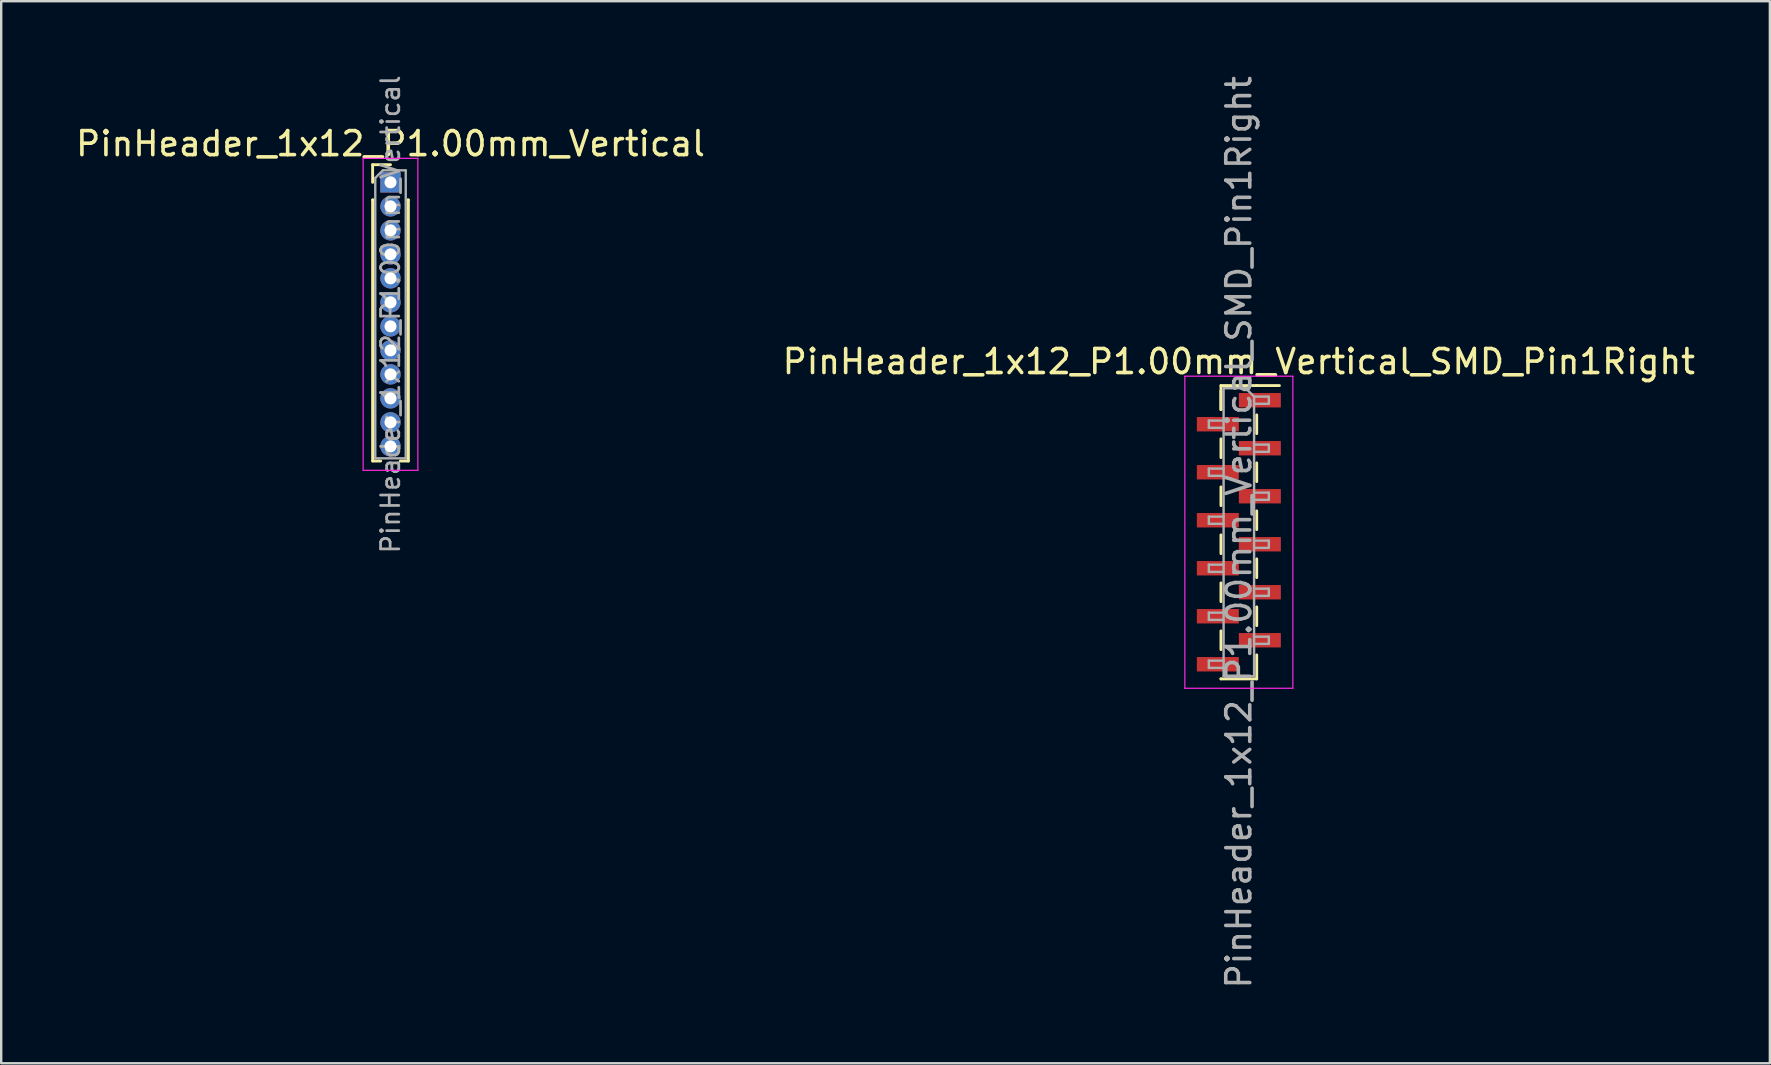
<source format=kicad_pcb>
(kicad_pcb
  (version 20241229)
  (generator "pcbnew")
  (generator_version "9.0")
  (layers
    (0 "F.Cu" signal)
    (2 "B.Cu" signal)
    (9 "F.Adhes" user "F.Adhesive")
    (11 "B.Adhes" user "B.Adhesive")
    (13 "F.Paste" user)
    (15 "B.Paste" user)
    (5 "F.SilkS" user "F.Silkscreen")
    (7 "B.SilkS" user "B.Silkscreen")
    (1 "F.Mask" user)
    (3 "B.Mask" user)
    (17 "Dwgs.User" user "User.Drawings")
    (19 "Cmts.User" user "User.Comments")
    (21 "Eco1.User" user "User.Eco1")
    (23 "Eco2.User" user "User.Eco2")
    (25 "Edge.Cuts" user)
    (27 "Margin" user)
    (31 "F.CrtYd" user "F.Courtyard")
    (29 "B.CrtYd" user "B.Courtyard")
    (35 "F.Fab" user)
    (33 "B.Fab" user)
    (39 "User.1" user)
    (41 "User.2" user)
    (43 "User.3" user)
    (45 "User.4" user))
  (footprint "PinHeader_1x12_P1.00mm_Vertical_SMD_Pin1Right"
    (layer "F.Cu")
    (at 48.565 19.125)
    (property "Reference" "PinHeader_1x12_P1.00mm_Vertical_SMD_Pin1Right" (at 0 -7.11 0) (layer "F.SilkS") (effects (font (size 1 1) (thickness 0.15))))
    (attr smd)
    (fp_line (start -0.745 -6.11) (end -0.745 -5.11) (stroke (width 0.12) (type solid)) (layer "F.SilkS"))
    (fp_line (start -0.745 -6.11) (end 0.745 -6.11) (stroke (width 0.12) (type solid)) (layer "F.SilkS"))
    (fp_line (start -0.745 -5.89) (end -0.745 -5.11) (stroke (width 0.12) (type solid)) (layer "F.SilkS"))
    (fp_line (start -0.745 -3.89) (end -0.745 -3.11) (stroke (width 0.12) (type solid)) (layer "F.SilkS"))
    (fp_line (start -0.745 -1.89) (end -0.745 -1.11) (stroke (width 0.12) (type solid)) (layer "F.SilkS"))
    (fp_line (start -0.745 0.11) (end -0.745 0.89) (stroke (width 0.12) (type solid)) (layer "F.SilkS"))
    (fp_line (start -0.745 2.11) (end -0.745 2.89) (stroke (width 0.12) (type solid)) (layer "F.SilkS"))
    (fp_line (start -0.745 4.11) (end -0.745 4.89) (stroke (width 0.12) (type solid)) (layer "F.SilkS"))
    (fp_line (start -0.745 6.11) (end -0.745 6.11) (stroke (width 0.12) (type solid)) (layer "F.SilkS"))
    (fp_line (start -0.745 6.11) (end 0.745 6.11) (stroke (width 0.12) (type solid)) (layer "F.SilkS"))
    (fp_line (start 0.745 -6.11) (end 0.745 -6.11) (stroke (width 0.12) (type solid)) (layer "F.SilkS"))
    (fp_line (start 0.745 -6.11) (end 1.69 -6.11) (stroke (width 0.12) (type solid)) (layer "F.SilkS"))
    (fp_line (start 0.745 -4.89) (end 0.745 -4.11) (stroke (width 0.12) (type solid)) (layer "F.SilkS"))
    (fp_line (start 0.745 -2.89) (end 0.745 -2.11) (stroke (width 0.12) (type solid)) (layer "F.SilkS"))
    (fp_line (start 0.745 -0.89) (end 0.745 -0.11) (stroke (width 0.12) (type solid)) (layer "F.SilkS"))
    (fp_line (start 0.745 1.11) (end 0.745 1.89) (stroke (width 0.12) (type solid)) (layer "F.SilkS"))
    (fp_line (start 0.745 3.11) (end 0.745 3.89) (stroke (width 0.12) (type solid)) (layer "F.SilkS"))
    (fp_line (start 0.745 5.11) (end 0.745 6.11) (stroke (width 0.12) (type solid)) (layer "F.SilkS"))
    (fp_line (start -2.25 -6.5) (end -2.25 6.5) (stroke (width 0.05) (type solid)) (layer "F.CrtYd"))
    (fp_line (start -2.25 6.5) (end 2.25 6.5) (stroke (width 0.05) (type solid)) (layer "F.CrtYd"))
    (fp_line (start 2.25 -6.5) (end -2.25 -6.5) (stroke (width 0.05) (type solid)) (layer "F.CrtYd"))
    (fp_line (start 2.25 6.5) (end 2.25 -6.5) (stroke (width 0.05) (type solid)) (layer "F.CrtYd"))
    (fp_line (start -1.25 -4.65) (end -1.25 -4.35) (stroke (width 0.1) (type solid)) (layer "F.Fab"))
    (fp_line (start -1.25 -4.35) (end -0.635 -4.35) (stroke (width 0.1) (type solid)) (layer "F.Fab"))
    (fp_line (start -1.25 -2.65) (end -1.25 -2.35) (stroke (width 0.1) (type solid)) (layer "F.Fab"))
    (fp_line (start -1.25 -2.35) (end -0.635 -2.35) (stroke (width 0.1) (type solid)) (layer "F.Fab"))
    (fp_line (start -1.25 -0.65) (end -1.25 -0.35) (stroke (width 0.1) (type solid)) (layer "F.Fab"))
    (fp_line (start -1.25 -0.35) (end -0.635 -0.35) (stroke (width 0.1) (type solid)) (layer "F.Fab"))
    (fp_line (start -1.25 1.35) (end -1.25 1.65) (stroke (width 0.1) (type solid)) (layer "F.Fab"))
    (fp_line (start -1.25 1.65) (end -0.635 1.65) (stroke (width 0.1) (type solid)) (layer "F.Fab"))
    (fp_line (start -1.25 3.35) (end -1.25 3.65) (stroke (width 0.1) (type solid)) (layer "F.Fab"))
    (fp_line (start -1.25 3.65) (end -0.635 3.65) (stroke (width 0.1) (type solid)) (layer "F.Fab"))
    (fp_line (start -1.25 5.35) (end -1.25 5.65) (stroke (width 0.1) (type solid)) (layer "F.Fab"))
    (fp_line (start -1.25 5.65) (end -0.635 5.65) (stroke (width 0.1) (type solid)) (layer "F.Fab"))
    (fp_line (start -0.635 -6) (end -0.635 6) (stroke (width 0.1) (type solid)) (layer "F.Fab"))
    (fp_line (start -0.635 -6) (end 0.285 -6) (stroke (width 0.1) (type solid)) (layer "F.Fab"))
    (fp_line (start -0.635 -4.65) (end -1.25 -4.65) (stroke (width 0.1) (type solid)) (layer "F.Fab"))
    (fp_line (start -0.635 -2.65) (end -1.25 -2.65) (stroke (width 0.1) (type solid)) (layer "F.Fab"))
    (fp_line (start -0.635 -0.65) (end -1.25 -0.65) (stroke (width 0.1) (type solid)) (layer "F.Fab"))
    (fp_line (start -0.635 1.35) (end -1.25 1.35) (stroke (width 0.1) (type solid)) (layer "F.Fab"))
    (fp_line (start -0.635 3.35) (end -1.25 3.35) (stroke (width 0.1) (type solid)) (layer "F.Fab"))
    (fp_line (start -0.635 5.35) (end -1.25 5.35) (stroke (width 0.1) (type solid)) (layer "F.Fab"))
    (fp_line (start 0.635 -5.65) (end 0.285 -6) (stroke (width 0.1) (type solid)) (layer "F.Fab"))
    (fp_line (start 0.635 -5.65) (end 1.25 -5.65) (stroke (width 0.1) (type solid)) (layer "F.Fab"))
    (fp_line (start 0.635 -3.65) (end 1.25 -3.65) (stroke (width 0.1) (type solid)) (layer "F.Fab"))
    (fp_line (start 0.635 -1.65) (end 1.25 -1.65) (stroke (width 0.1) (type solid)) (layer "F.Fab"))
    (fp_line (start 0.635 0.35) (end 1.25 0.35) (stroke (width 0.1) (type solid)) (layer "F.Fab"))
    (fp_line (start 0.635 2.35) (end 1.25 2.35) (stroke (width 0.1) (type solid)) (layer "F.Fab"))
    (fp_line (start 0.635 4.35) (end 1.25 4.35) (stroke (width 0.1) (type solid)) (layer "F.Fab"))
    (fp_line (start 0.635 6) (end -0.635 6) (stroke (width 0.1) (type solid)) (layer "F.Fab"))
    (fp_line (start 0.635 6) (end 0.635 -5.65) (stroke (width 0.1) (type solid)) (layer "F.Fab"))
    (fp_line (start 1.25 -5.65) (end 1.25 -5.35) (stroke (width 0.1) (type solid)) (layer "F.Fab"))
    (fp_line (start 1.25 -5.35) (end 0.635 -5.35) (stroke (width 0.1) (type solid)) (layer "F.Fab"))
    (fp_line (start 1.25 -3.65) (end 1.25 -3.35) (stroke (width 0.1) (type solid)) (layer "F.Fab"))
    (fp_line (start 1.25 -3.35) (end 0.635 -3.35) (stroke (width 0.1) (type solid)) (layer "F.Fab"))
    (fp_line (start 1.25 -1.65) (end 1.25 -1.35) (stroke (width 0.1) (type solid)) (layer "F.Fab"))
    (fp_line (start 1.25 -1.35) (end 0.635 -1.35) (stroke (width 0.1) (type solid)) (layer "F.Fab"))
    (fp_line (start 1.25 0.35) (end 1.25 0.65) (stroke (width 0.1) (type solid)) (layer "F.Fab"))
    (fp_line (start 1.25 0.65) (end 0.635 0.65) (stroke (width 0.1) (type solid)) (layer "F.Fab"))
    (fp_line (start 1.25 2.35) (end 1.25 2.65) (stroke (width 0.1) (type solid)) (layer "F.Fab"))
    (fp_line (start 1.25 2.65) (end 0.635 2.65) (stroke (width 0.1) (type solid)) (layer "F.Fab"))
    (fp_line (start 1.25 4.35) (end 1.25 4.65) (stroke (width 0.1) (type solid)) (layer "F.Fab"))
    (fp_line (start 1.25 4.65) (end 0.635 4.65) (stroke (width 0.1) (type solid)) (layer "F.Fab"))
    (fp_text user "${REFERENCE}" (at 0 0 90) (layer "F.Fab") (effects (font (size 1 1) (thickness 0.15))))
    (pad "1" smd rect (at 0.875 -5.5) (size 1.75 0.6) (layers "F.Cu" "F.Mask" "F.Paste"))
    (pad "2" smd rect (at -0.875 -4.5) (size 1.75 0.6) (layers "F.Cu" "F.Mask" "F.Paste"))
    (pad "3" smd rect (at 0.875 -3.5) (size 1.75 0.6) (layers "F.Cu" "F.Mask" "F.Paste"))
    (pad "4" smd rect (at -0.875 -2.5) (size 1.75 0.6) (layers "F.Cu" "F.Mask" "F.Paste"))
    (pad "5" smd rect (at 0.875 -1.5) (size 1.75 0.6) (layers "F.Cu" "F.Mask" "F.Paste"))
    (pad "6" smd rect (at -0.875 -0.5) (size 1.75 0.6) (layers "F.Cu" "F.Mask" "F.Paste"))
    (pad "7" smd rect (at 0.875 0.5) (size 1.75 0.6) (layers "F.Cu" "F.Mask" "F.Paste"))
    (pad "8" smd rect (at -0.875 1.5) (size 1.75 0.6) (layers "F.Cu" "F.Mask" "F.Paste"))
    (pad "9" smd rect (at 0.875 2.5) (size 1.75 0.6) (layers "F.Cu" "F.Mask" "F.Paste"))
    (pad "10" smd rect (at -0.875 3.5) (size 1.75 0.6) (layers "F.Cu" "F.Mask" "F.Paste"))
    (pad "11" smd rect (at 0.875 4.5) (size 1.75 0.6) (layers "F.Cu" "F.Mask" "F.Paste"))
    (pad "12" smd rect (at -0.875 5.5) (size 1.75 0.6) (layers "F.Cu" "F.Mask" "F.Paste")))
  (footprint "PinHeader_1x12_P1.00mm_Vertical"
    (layer "F.Cu")
    (at 13.22 4.547)
    (property "Reference" "PinHeader_1x12_P1.00mm_Vertical" (at 0 -1.61 0) (layer "F.SilkS") (effects (font (size 1 1) (thickness 0.15))))
    (attr through_hole)
    (fp_line (start -0.745 -0.735) (end 0 -0.735) (stroke (width 0.12) (type solid)) (layer "F.SilkS"))
    (fp_line (start -0.745 0) (end -0.745 -0.735) (stroke (width 0.12) (type solid)) (layer "F.SilkS"))
    (fp_line (start -0.745 0.735) (end -0.745 11.61) (stroke (width 0.12) (type solid)) (layer "F.SilkS"))
    (fp_line (start -0.745 0.735) (end -0.686 0.735) (stroke (width 0.12) (type solid)) (layer "F.SilkS"))
    (fp_line (start -0.745 11.61) (end -0.41 11.61) (stroke (width 0.12) (type solid)) (layer "F.SilkS"))
    (fp_line (start 0.41 11.61) (end 0.745 11.61) (stroke (width 0.12) (type solid)) (layer "F.SilkS"))
    (fp_line (start 0.686 0.735) (end 0.745 0.735) (stroke (width 0.12) (type solid)) (layer "F.SilkS"))
    (fp_line (start 0.745 0.735) (end 0.745 11.61) (stroke (width 0.12) (type solid)) (layer "F.SilkS"))
    (fp_line (start -1.14 -1) (end -1.14 12) (stroke (width 0.05) (type solid)) (layer "F.CrtYd"))
    (fp_line (start -1.14 12) (end 1.14 12) (stroke (width 0.05) (type solid)) (layer "F.CrtYd"))
    (fp_line (start 1.14 -1) (end -1.14 -1) (stroke (width 0.05) (type solid)) (layer "F.CrtYd"))
    (fp_line (start 1.14 12) (end 1.14 -1) (stroke (width 0.05) (type solid)) (layer "F.CrtYd"))
    (fp_line (start -0.635 -0.182) (end -0.318 -0.5) (stroke (width 0.1) (type solid)) (layer "F.Fab"))
    (fp_line (start -0.635 11.5) (end -0.635 -0.182) (stroke (width 0.1) (type solid)) (layer "F.Fab"))
    (fp_line (start -0.318 -0.5) (end 0.635 -0.5) (stroke (width 0.1) (type solid)) (layer "F.Fab"))
    (fp_line (start 0.635 -0.5) (end 0.635 11.5) (stroke (width 0.1) (type solid)) (layer "F.Fab"))
    (fp_line (start 0.635 11.5) (end -0.635 11.5) (stroke (width 0.1) (type solid)) (layer "F.Fab"))
    (fp_text user "${REFERENCE}" (at 0 5.5 90) (layer "F.Fab") (effects (font (size 0.76 0.76) (thickness 0.114))))
    (pad "1" thru_hole rect (at 0 0) (size 0.85 0.85) (drill 0.5) (layers "*.Cu" "*.Mask"))
    (pad "2" thru_hole circle (at 0 1) (size 0.85 0.85) (drill 0.5) (layers "*.Cu" "*.Mask"))
    (pad "3" thru_hole circle (at 0 2) (size 0.85 0.85) (drill 0.5) (layers "*.Cu" "*.Mask"))
    (pad "4" thru_hole circle (at 0 3) (size 0.85 0.85) (drill 0.5) (layers "*.Cu" "*.Mask"))
    (pad "5" thru_hole circle (at 0 4) (size 0.85 0.85) (drill 0.5) (layers "*.Cu" "*.Mask"))
    (pad "6" thru_hole circle (at 0 5) (size 0.85 0.85) (drill 0.5) (layers "*.Cu" "*.Mask"))
    (pad "7" thru_hole circle (at 0 6) (size 0.85 0.85) (drill 0.5) (layers "*.Cu" "*.Mask"))
    (pad "8" thru_hole circle (at 0 7) (size 0.85 0.85) (drill 0.5) (layers "*.Cu" "*.Mask"))
    (pad "9" thru_hole circle (at 0 8) (size 0.85 0.85) (drill 0.5) (layers "*.Cu" "*.Mask"))
    (pad "10" thru_hole circle (at 0 9) (size 0.85 0.85) (drill 0.5) (layers "*.Cu" "*.Mask"))
    (pad "11" thru_hole circle (at 0 10) (size 0.85 0.85) (drill 0.5) (layers "*.Cu" "*.Mask"))
    (pad "12" thru_hole circle (at 0 11) (size 0.85 0.85) (drill 0.5) (layers "*.Cu" "*.Mask")))
  (gr_rect
    (start -3 -3)
    (end 70.69 41.25)
    (stroke (width 0.1) (type default))
    (fill no)
    (layer "Edge.Cuts")))
</source>
